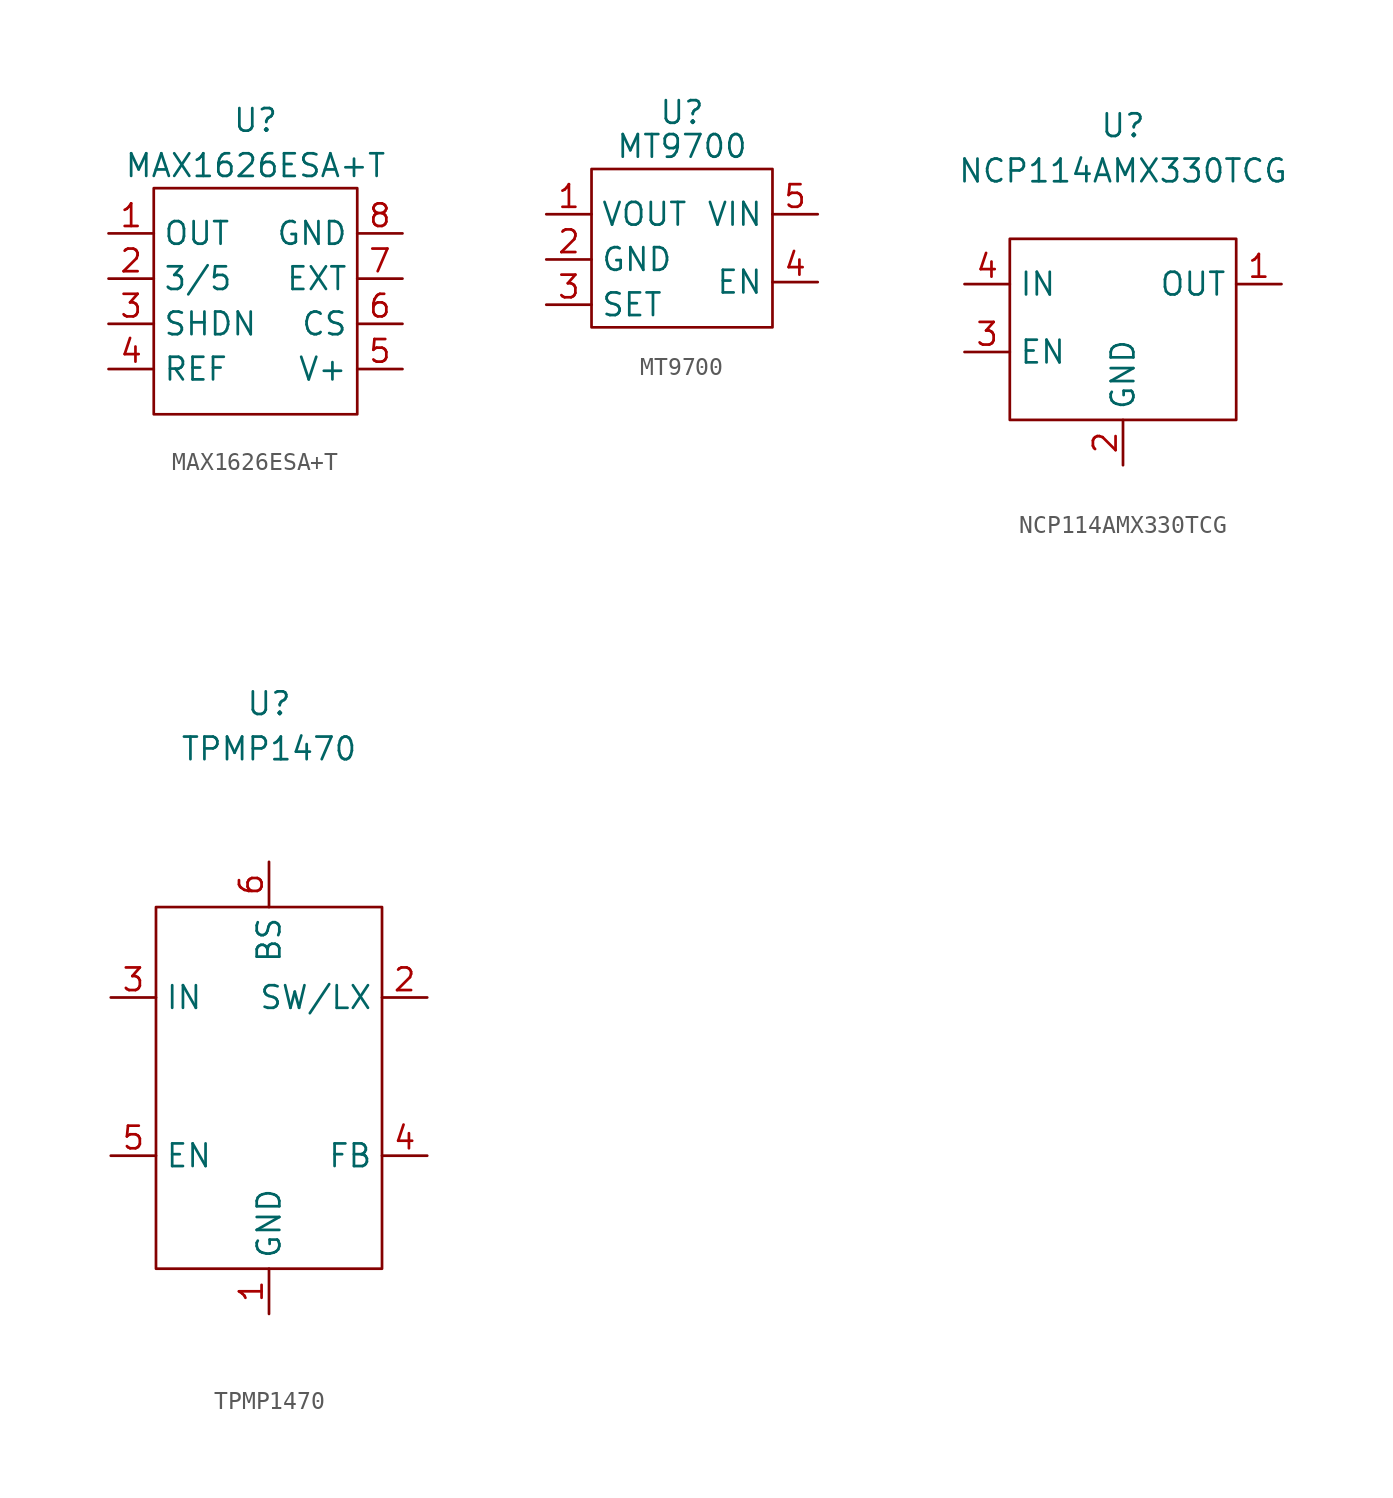
<source format=kicad_sym>
(kicad_symbol_lib
  (version 20211014)
  (generator kicad_symbol_editor)
  (symbol "MAX1626ESA+T"
    (property "Reference" "U"
      (at 0 10.16 0)
      (effects (font (size 1.27 1.27))))
    (property "Value" "MAX1626ESA+T"
      (at 0 7.62 0)
      (effects (font (size 1.27 1.27))))
    (symbol "MAX1626ESA+T_0_1"
      (rectangle (start -5.715 6.35) (end 5.715 -6.35) (stroke (width 0) (type default) (color 0 0 0 0)) (fill (type none))))
    (symbol "MAX1626ESA+T_1_1"
      (pin input line (at -8.255 3.81 0) (length 2.54) (name "OUT" (effects (font (size 1.27 1.27)))) (number "1" (effects (font (size 1.27 1.27)))))
      (pin input line (at -8.255 1.27 0) (length 2.54) (name "3/5" (effects (font (size 1.27 1.27)))) (number "2" (effects (font (size 1.27 1.27)))))
      (pin input line (at -8.255 -1.27 0) (length 2.54) (name "SHDN" (effects (font (size 1.27 1.27)))) (number "3" (effects (font (size 1.27 1.27)))))
      (pin input line (at -8.255 -3.81 0) (length 2.54) (name "REF" (effects (font (size 1.27 1.27)))) (number "4" (effects (font (size 1.27 1.27)))))
      (pin input line (at 8.255 -3.81 180) (length 2.54) (name "V+" (effects (font (size 1.27 1.27)))) (number "5" (effects (font (size 1.27 1.27)))))
      (pin input line (at 8.255 -1.27 180) (length 2.54) (name "CS" (effects (font (size 1.27 1.27)))) (number "6" (effects (font (size 1.27 1.27)))))
      (pin input line (at 8.255 1.27 180) (length 2.54) (name "EXT" (effects (font (size 1.27 1.27)))) (number "7" (effects (font (size 1.27 1.27)))))
      (pin input line (at 8.255 3.81 180) (length 2.54) (name "GND" (effects (font (size 1.27 1.27)))) (number "8" (effects (font (size 1.27 1.27)))))))
  (symbol "MT9700"
    (property "Reference" "U"
      (at 0 5.715 0)
      (effects (font (size 1.27 1.27))))
    (property "Value" "MT9700"
      (at 0 3.81 0)
      (effects (font (size 1.27 1.27))))
    (symbol "MT9700_0_1"
      (rectangle (start -5.08 2.54) (end 5.08 -6.35) (stroke (width 0) (type default) (color 0 0 0 0)) (fill (type none))))
    (symbol "MT9700_1_1"
      (pin output line (at -7.62 0 0) (length 2.54) (name "VOUT" (effects (font (size 1.27 1.27)))) (number "1" (effects (font (size 1.27 1.27)))))
      (pin input line (at -7.62 -2.54 0) (length 2.54) (name "GND" (effects (font (size 1.27 1.27)))) (number "2" (effects (font (size 1.27 1.27)))))
      (pin input line (at -7.62 -5.08 0) (length 2.54) (name "SET" (effects (font (size 1.27 1.27)))) (number "3" (effects (font (size 1.27 1.27)))))
      (pin input line (at 7.62 -3.81 180) (length 2.54) (name "EN" (effects (font (size 1.27 1.27)))) (number "4" (effects (font (size 1.27 1.27)))))
      (pin input line (at 7.62 0 180) (length 2.54) (name "VIN" (effects (font (size 1.27 1.27)))) (number "5" (effects (font (size 1.27 1.27)))))))
  (symbol "NCP114AMX330TCG"
    (property "Reference" "U"
      (at 0 11.43 0)
      (effects (font (size 1.27 1.27))))
    (property "Value" "NCP114AMX330TCG"
      (at 0 8.89 0)
      (effects (font (size 1.27 1.27))))
    (symbol "NCP114AMX330TCG_0_1"
      (rectangle (start -6.35 5.08) (end 6.35 -5.08) (stroke (width 0) (type default) (color 0 0 0 0)) (fill (type none))))
    (symbol "NCP114AMX330TCG_1_1"
      (pin output line (at 8.89 2.54 180) (length 2.54) (name "OUT" (effects (font (size 1.27 1.27)))) (number "1" (effects (font (size 1.27 1.27)))))
      (pin open_collector line (at 0 -7.62 90) (length 2.54) (name "GND" (effects (font (size 1.27 1.27)))) (number "2" (effects (font (size 1.27 1.27)))))
      (pin input line (at -8.89 -1.27 0) (length 2.54) (name "EN" (effects (font (size 1.27 1.27)))) (number "3" (effects (font (size 1.27 1.27)))))
      (pin power_in line (at -8.89 2.54 0) (length 2.54) (name "IN" (effects (font (size 1.27 1.27)))) (number "4" (effects (font (size 1.27 1.27)))))))
  (symbol "TPMP1470"
    (property "Reference" "U"
      (at 0 24.13 0)
      (effects (font (size 1.27 1.27))))
    (property "Value" "TPMP1470"
      (at 0 21.59 0)
      (effects (font (size 1.27 1.27))))
    (symbol "TPMP1470_0_1"
      (rectangle (start -6.35 12.7) (end 6.35 -7.62) (stroke (width 0) (type default) (color 0 0 0 0)) (fill (type none))))
    (symbol "TPMP1470_1_1"
      (pin input line (at 0 -10.16 90) (length 2.54) (name "GND" (effects (font (size 1.27 1.27)))) (number "1" (effects (font (size 1.27 1.27)))))
      (pin input line (at 8.89 7.62 180) (length 2.54) (name "SW/LX" (effects (font (size 1.27 1.27)))) (number "2" (effects (font (size 1.27 1.27)))))
      (pin input line (at -8.89 7.62 0) (length 2.54) (name "IN" (effects (font (size 1.27 1.27)))) (number "3" (effects (font (size 1.27 1.27)))))
      (pin input line (at 8.89 -1.27 180) (length 2.54) (name "FB" (effects (font (size 1.27 1.27)))) (number "4" (effects (font (size 1.27 1.27)))))
      (pin input line (at -8.89 -1.27 0) (length 2.54) (name "EN" (effects (font (size 1.27 1.27)))) (number "5" (effects (font (size 1.27 1.27)))))
      (pin input line (at 0 15.24 270) (length 2.54) (name "BS" (effects (font (size 1.27 1.27)))) (number "6" (effects (font (size 1.27 1.27))))))))
</source>
